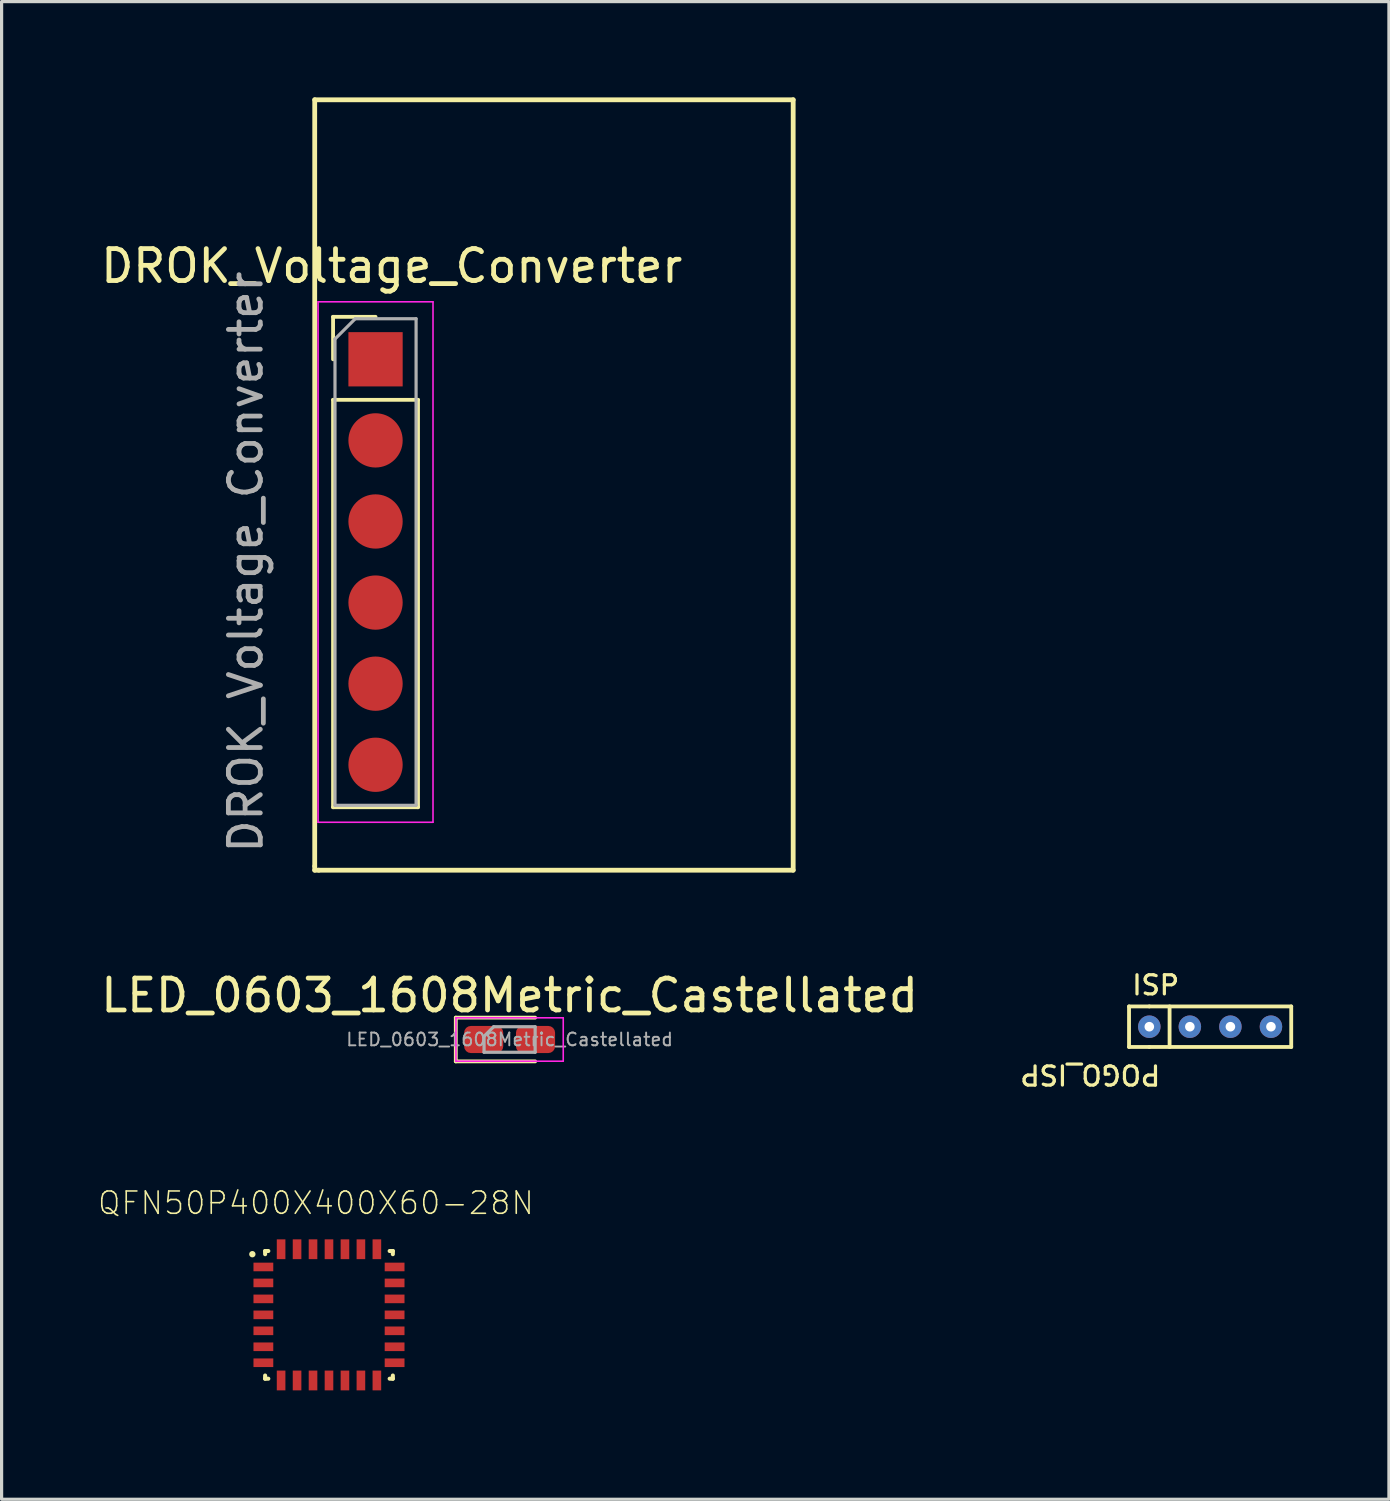
<source format=kicad_pcb>
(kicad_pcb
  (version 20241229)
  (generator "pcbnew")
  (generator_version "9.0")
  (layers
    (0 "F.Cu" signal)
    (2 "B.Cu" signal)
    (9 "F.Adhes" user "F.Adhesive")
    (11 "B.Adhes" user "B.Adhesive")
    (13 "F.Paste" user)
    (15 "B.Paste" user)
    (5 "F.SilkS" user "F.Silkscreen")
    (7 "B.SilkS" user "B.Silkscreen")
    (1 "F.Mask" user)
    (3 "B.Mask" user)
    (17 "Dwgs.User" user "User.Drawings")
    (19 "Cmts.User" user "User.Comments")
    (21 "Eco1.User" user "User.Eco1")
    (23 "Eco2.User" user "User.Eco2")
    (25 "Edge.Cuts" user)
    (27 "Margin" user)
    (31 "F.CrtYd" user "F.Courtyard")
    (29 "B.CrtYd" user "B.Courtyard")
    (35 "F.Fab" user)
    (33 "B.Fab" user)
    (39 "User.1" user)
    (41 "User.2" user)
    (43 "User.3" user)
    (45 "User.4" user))
  (footprint "LED_0603_1608Metric_Castellated"
    (layer "F.Cu")
    (at 12.911 29.508)
    (property "Reference" "LED_0603_1608Metric_Castellated" (at 0 -1.38 0) (layer "F.SilkS") (effects (font (size 1 1) (thickness 0.15))))
    (attr smd)
    (fp_line (start -1.685 -0.685) (end -1.685 0.685) (stroke (width 0.12) (type solid)) (layer "F.SilkS"))
    (fp_line (start -1.685 0.685) (end 0.8 0.685) (stroke (width 0.12) (type solid)) (layer "F.SilkS"))
    (fp_line (start 0.8 -0.685) (end -1.685 -0.685) (stroke (width 0.12) (type solid)) (layer "F.SilkS"))
    (fp_line (start -1.68 -0.68) (end 1.68 -0.68) (stroke (width 0.05) (type solid)) (layer "F.CrtYd"))
    (fp_line (start -1.68 0.68) (end -1.68 -0.68) (stroke (width 0.05) (type solid)) (layer "F.CrtYd"))
    (fp_line (start 1.68 -0.68) (end 1.68 0.68) (stroke (width 0.05) (type solid)) (layer "F.CrtYd"))
    (fp_line (start 1.68 0.68) (end -1.68 0.68) (stroke (width 0.05) (type solid)) (layer "F.CrtYd"))
    (fp_line (start -0.8 -0.1) (end -0.8 0.4) (stroke (width 0.1) (type solid)) (layer "F.Fab"))
    (fp_line (start -0.8 0.4) (end 0.8 0.4) (stroke (width 0.1) (type solid)) (layer "F.Fab"))
    (fp_line (start -0.5 -0.4) (end -0.8 -0.1) (stroke (width 0.1) (type solid)) (layer "F.Fab"))
    (fp_line (start 0.8 -0.4) (end -0.5 -0.4) (stroke (width 0.1) (type solid)) (layer "F.Fab"))
    (fp_line (start 0.8 0.4) (end 0.8 -0.4) (stroke (width 0.1) (type solid)) (layer "F.Fab"))
    (fp_text user "${REFERENCE}" (at 0 0 0) (layer "F.Fab") (effects (font (size 0.4 0.4) (thickness 0.06))))
    (pad "1" smd roundrect (at -0.812 0) (size 1.225 0.85) (layers "F.Cu" "F.Mask" "F.Paste") (roundrect_rratio 0.25))
    (pad "2" smd roundrect (at 0.812 0) (size 1.225 0.85) (layers "F.Cu" "F.Mask" "F.Paste") (roundrect_rratio 0.25)))
  (footprint "POGO_ISP"
    (layer "F.Cu")
    (at 32.947 29.107)
    (property "Reference" "POGO_ISP" (at -1.85 1.5 180) (unlocked yes) (layer "F.SilkS") (effects (font (size 0.6 0.6) (thickness 0.1))))
    (attr through_hole)
    (fp_line (start -0.635 -0.635) (end 0 -0.635) (stroke (width 0.12) (type solid)) (layer "F.SilkS"))
    (fp_line (start -0.635 0.635) (end -0.635 -0.635) (stroke (width 0.12) (type solid)) (layer "F.SilkS"))
    (fp_line (start 0 -0.635) (end 4.445 -0.635) (stroke (width 0.12) (type solid)) (layer "F.SilkS"))
    (fp_line (start 0 0.635) (end -0.635 0.635) (stroke (width 0.12) (type solid)) (layer "F.SilkS"))
    (fp_line (start 0.635 -0.635) (end 0.635 0.635) (stroke (width 0.12) (type solid)) (layer "F.SilkS"))
    (fp_line (start 4.445 -0.635) (end 4.445 0.635) (stroke (width 0.12) (type solid)) (layer "F.SilkS"))
    (fp_line (start 4.445 0.635) (end 0 0.635) (stroke (width 0.12) (type solid)) (layer "F.SilkS"))
    (fp_text user "ISP" (at 0.2 -1.3 0) (unlocked yes) (layer "F.SilkS") (effects (font (size 0.6 0.6) (thickness 0.1))))
    (pad "1" thru_hole circle (at 0 0) (size 0.705 0.705) (drill 0.3) (layers "*.Cu" "*.Mask"))
    (pad "2" thru_hole circle (at 1.27 0) (size 0.705 0.705) (drill 0.3) (layers "*.Cu" "*.Mask"))
    (pad "3" thru_hole circle (at 2.54 0) (size 0.705 0.705) (drill 0.3) (layers "*.Cu" "*.Mask"))
    (pad "4" thru_hole circle (at 3.81 0) (size 0.705 0.705) (drill 0.3) (layers "*.Cu" "*.Mask")))
  (footprint "DROK_Voltage_Converter"
    (layer "F.Cu")
    (at 6.807 3.504)
    (property "Reference" "DROK_Voltage_Converter" (at 2.413 1.778 0) (layer "F.SilkS") (effects (font (size 1 1) (thickness 0.15))))
    (attr through_hole)
    (fp_line (start 0 -3.429) (end 14.986 -3.429) (stroke (width 0.15) (type solid)) (layer "F.SilkS"))
    (fp_line (start 0 20.574) (end 0 -3.429) (stroke (width 0.15) (type solid)) (layer "F.SilkS"))
    (fp_line (start 0 20.701) (end 0 20.574) (stroke (width 0.15) (type solid)) (layer "F.SilkS"))
    (fp_line (start 0.127 20.701) (end 0 20.701) (stroke (width 0.15) (type solid)) (layer "F.SilkS"))
    (fp_line (start 0.575 3.369) (end 1.905 3.369) (stroke (width 0.12) (type solid)) (layer "F.SilkS"))
    (fp_line (start 0.575 4.699) (end 0.575 3.369) (stroke (width 0.12) (type solid)) (layer "F.SilkS"))
    (fp_line (start 0.575 5.969) (end 0.575 18.729) (stroke (width 0.12) (type solid)) (layer "F.SilkS"))
    (fp_line (start 0.575 5.969) (end 3.235 5.969) (stroke (width 0.12) (type solid)) (layer "F.SilkS"))
    (fp_line (start 0.575 18.729) (end 3.235 18.729) (stroke (width 0.12) (type solid)) (layer "F.SilkS"))
    (fp_line (start 3.235 5.969) (end 3.235 18.729) (stroke (width 0.12) (type solid)) (layer "F.SilkS"))
    (fp_line (start 14.986 -3.429) (end 14.986 20.701) (stroke (width 0.15) (type solid)) (layer "F.SilkS"))
    (fp_line (start 14.986 20.701) (end 0.127 20.701) (stroke (width 0.15) (type solid)) (layer "F.SilkS"))
    (fp_line (start 0.105 2.899) (end 0.105 19.199) (stroke (width 0.05) (type solid)) (layer "F.CrtYd"))
    (fp_line (start 0.105 19.199) (end 3.705 19.199) (stroke (width 0.05) (type solid)) (layer "F.CrtYd"))
    (fp_line (start 3.705 2.899) (end 0.105 2.899) (stroke (width 0.05) (type solid)) (layer "F.CrtYd"))
    (fp_line (start 3.705 19.199) (end 3.705 2.899) (stroke (width 0.05) (type solid)) (layer "F.CrtYd"))
    (fp_line (start 0.635 4.064) (end 1.27 3.429) (stroke (width 0.1) (type solid)) (layer "F.Fab"))
    (fp_line (start 0.635 18.669) (end 0.635 4.064) (stroke (width 0.1) (type solid)) (layer "F.Fab"))
    (fp_line (start 1.27 3.429) (end 3.175 3.429) (stroke (width 0.1) (type solid)) (layer "F.Fab"))
    (fp_line (start 3.175 3.429) (end 3.175 18.669) (stroke (width 0.1) (type solid)) (layer "F.Fab"))
    (fp_line (start 3.175 18.669) (end 0.635 18.669) (stroke (width 0.1) (type solid)) (layer "F.Fab"))
    (fp_text user "${REFERENCE}" (at -2.159 11.049 90) (layer "F.Fab") (effects (font (size 1 1) (thickness 0.15))))
    (pad "1" smd rect (at 1.905 4.699) (size 1.7 1.7) (layers "F.Cu" "F.Mask" "F.Paste"))
    (pad "2" smd oval (at 1.905 7.239) (size 1.7 1.7) (layers "F.Cu" "F.Mask" "F.Paste"))
    (pad "3" smd oval (at 1.905 9.779) (size 1.7 1.7) (layers "F.Cu" "F.Mask" "F.Paste"))
    (pad "4" smd oval (at 1.905 12.319) (size 1.7 1.7) (layers "F.Cu" "F.Mask" "F.Paste"))
    (pad "5" smd oval (at 1.905 14.859) (size 1.7 1.7) (layers "F.Cu" "F.Mask" "F.Paste"))
    (pad "6" smd oval (at 1.905 17.399) (size 1.7 1.7) (layers "F.Cu" "F.Mask" "F.Paste")))
  (footprint "QFN50P400X400X60-28N"
    (layer "F.Cu")
    (at 7.254 38.132)
    (property "Reference" "QFN50P400X400X60-28N" (at -0.409 -3.502 0) (layer "F.SilkS") (effects (font (size 0.699 0.699) (thickness 0.05))))
    (attr smd)
    (fp_line (start -2 -2) (end -2 -1.9) (stroke (width 0.127) (type solid)) (layer "F.SilkS"))
    (fp_line (start -2 1.9) (end -2 2) (stroke (width 0.127) (type solid)) (layer "F.SilkS"))
    (fp_line (start -2 2) (end -1.9 2) (stroke (width 0.127) (type solid)) (layer "F.SilkS"))
    (fp_line (start -1.9 -2) (end -2 -2) (stroke (width 0.127) (type solid)) (layer "F.SilkS"))
    (fp_line (start 1.9 2) (end 2 2) (stroke (width 0.127) (type solid)) (layer "F.SilkS"))
    (fp_line (start 2 -2) (end 1.9 -2) (stroke (width 0.127) (type solid)) (layer "F.SilkS"))
    (fp_line (start 2 -1.9) (end 2 -2) (stroke (width 0.127) (type solid)) (layer "F.SilkS"))
    (fp_line (start 2 2) (end 2 1.9) (stroke (width 0.127) (type solid)) (layer "F.SilkS"))
    (fp_circle (center -2.4 -1.9) (end -2.35 -1.9) (stroke (width 0.1) (type solid)) (fill no) (layer "F.SilkS"))
    (fp_line (start -2.75 -2.75) (end 2.75 -2.75) (stroke (width 0.05) (type solid)) (layer "Eco1.User"))
    (fp_line (start -2.75 2.75) (end -2.75 -2.75) (stroke (width 0.05) (type solid)) (layer "Eco1.User"))
    (fp_line (start 2.75 -2.75) (end 2.75 2.75) (stroke (width 0.05) (type solid)) (layer "Eco1.User"))
    (fp_line (start 2.75 2.75) (end -2.75 2.75) (stroke (width 0.05) (type solid)) (layer "Eco1.User"))
    (fp_line (start -2 -2) (end 2 -2) (stroke (width 0.127) (type solid)) (layer "Eco2.User"))
    (fp_line (start -2 2) (end -2 -2) (stroke (width 0.127) (type solid)) (layer "Eco2.User"))
    (fp_line (start 2 -2) (end 2 2) (stroke (width 0.127) (type solid)) (layer "Eco2.User"))
    (fp_line (start 2 2) (end -2 2) (stroke (width 0.127) (type solid)) (layer "Eco2.User"))
    (pad "1" smd rect (at -2.055 -1.5) (size 0.62 0.27) (layers "F.Cu" "F.Mask" "F.Paste"))
    (pad "2" smd rect (at -2.055 -1) (size 0.62 0.27) (layers "F.Cu" "F.Mask" "F.Paste"))
    (pad "3" smd rect (at -2.055 -0.5) (size 0.62 0.27) (layers "F.Cu" "F.Mask" "F.Paste"))
    (pad "4" smd rect (at -2.055 0) (size 0.62 0.27) (layers "F.Cu" "F.Mask" "F.Paste"))
    (pad "5" smd rect (at -2.055 0.5) (size 0.62 0.27) (layers "F.Cu" "F.Mask" "F.Paste"))
    (pad "6" smd rect (at -2.055 1) (size 0.62 0.27) (layers "F.Cu" "F.Mask" "F.Paste"))
    (pad "7" smd rect (at -2.055 1.5) (size 0.62 0.27) (layers "F.Cu" "F.Mask" "F.Paste"))
    (pad "8" smd rect (at -1.5 2.055 90) (size 0.62 0.27) (layers "F.Cu" "F.Mask" "F.Paste"))
    (pad "9" smd rect (at -1 2.055 90) (size 0.62 0.27) (layers "F.Cu" "F.Mask" "F.Paste"))
    (pad "10" smd rect (at -0.5 2.055 90) (size 0.62 0.27) (layers "F.Cu" "F.Mask" "F.Paste"))
    (pad "11" smd rect (at 0 2.055 90) (size 0.62 0.27) (layers "F.Cu" "F.Mask" "F.Paste"))
    (pad "12" smd rect (at 0.5 2.055 90) (size 0.62 0.27) (layers "F.Cu" "F.Mask" "F.Paste"))
    (pad "13" smd rect (at 1 2.055 90) (size 0.62 0.27) (layers "F.Cu" "F.Mask" "F.Paste"))
    (pad "14" smd rect (at 1.5 2.055 90) (size 0.62 0.27) (layers "F.Cu" "F.Mask" "F.Paste"))
    (pad "15" smd rect (at 2.055 1.5 180) (size 0.62 0.27) (layers "F.Cu" "F.Mask" "F.Paste"))
    (pad "16" smd rect (at 2.055 1 180) (size 0.62 0.27) (layers "F.Cu" "F.Mask" "F.Paste"))
    (pad "17" smd rect (at 2.055 0.5 180) (size 0.62 0.27) (layers "F.Cu" "F.Mask" "F.Paste"))
    (pad "18" smd rect (at 2.055 0 180) (size 0.62 0.27) (layers "F.Cu" "F.Mask" "F.Paste"))
    (pad "19" smd rect (at 2.055 -0.5 180) (size 0.62 0.27) (layers "F.Cu" "F.Mask" "F.Paste"))
    (pad "20" smd rect (at 2.055 -1 180) (size 0.62 0.27) (layers "F.Cu" "F.Mask" "F.Paste"))
    (pad "21" smd rect (at 2.055 -1.5 180) (size 0.62 0.27) (layers "F.Cu" "F.Mask" "F.Paste"))
    (pad "22" smd rect (at 1.5 -2.055 270) (size 0.62 0.27) (layers "F.Cu" "F.Mask" "F.Paste"))
    (pad "23" smd rect (at 1 -2.055 270) (size 0.62 0.27) (layers "F.Cu" "F.Mask" "F.Paste"))
    (pad "24" smd rect (at 0.5 -2.055 270) (size 0.62 0.27) (layers "F.Cu" "F.Mask" "F.Paste"))
    (pad "25" smd rect (at 0 -2.055 270) (size 0.62 0.27) (layers "F.Cu" "F.Mask" "F.Paste"))
    (pad "26" smd rect (at -0.5 -2.055 270) (size 0.62 0.27) (layers "F.Cu" "F.Mask" "F.Paste"))
    (pad "27" smd rect (at -1 -2.055 270) (size 0.62 0.27) (layers "F.Cu" "F.Mask" "F.Paste"))
    (pad "28" smd rect (at -1.5 -2.055 270) (size 0.62 0.27) (layers "F.Cu" "F.Mask" "F.Paste")))
  (gr_rect
    (start -3 -3)
    (end 40.452 43.907)
    (stroke (width 0.1) (type default))
    (fill no)
    (layer "Edge.Cuts")))
</source>
